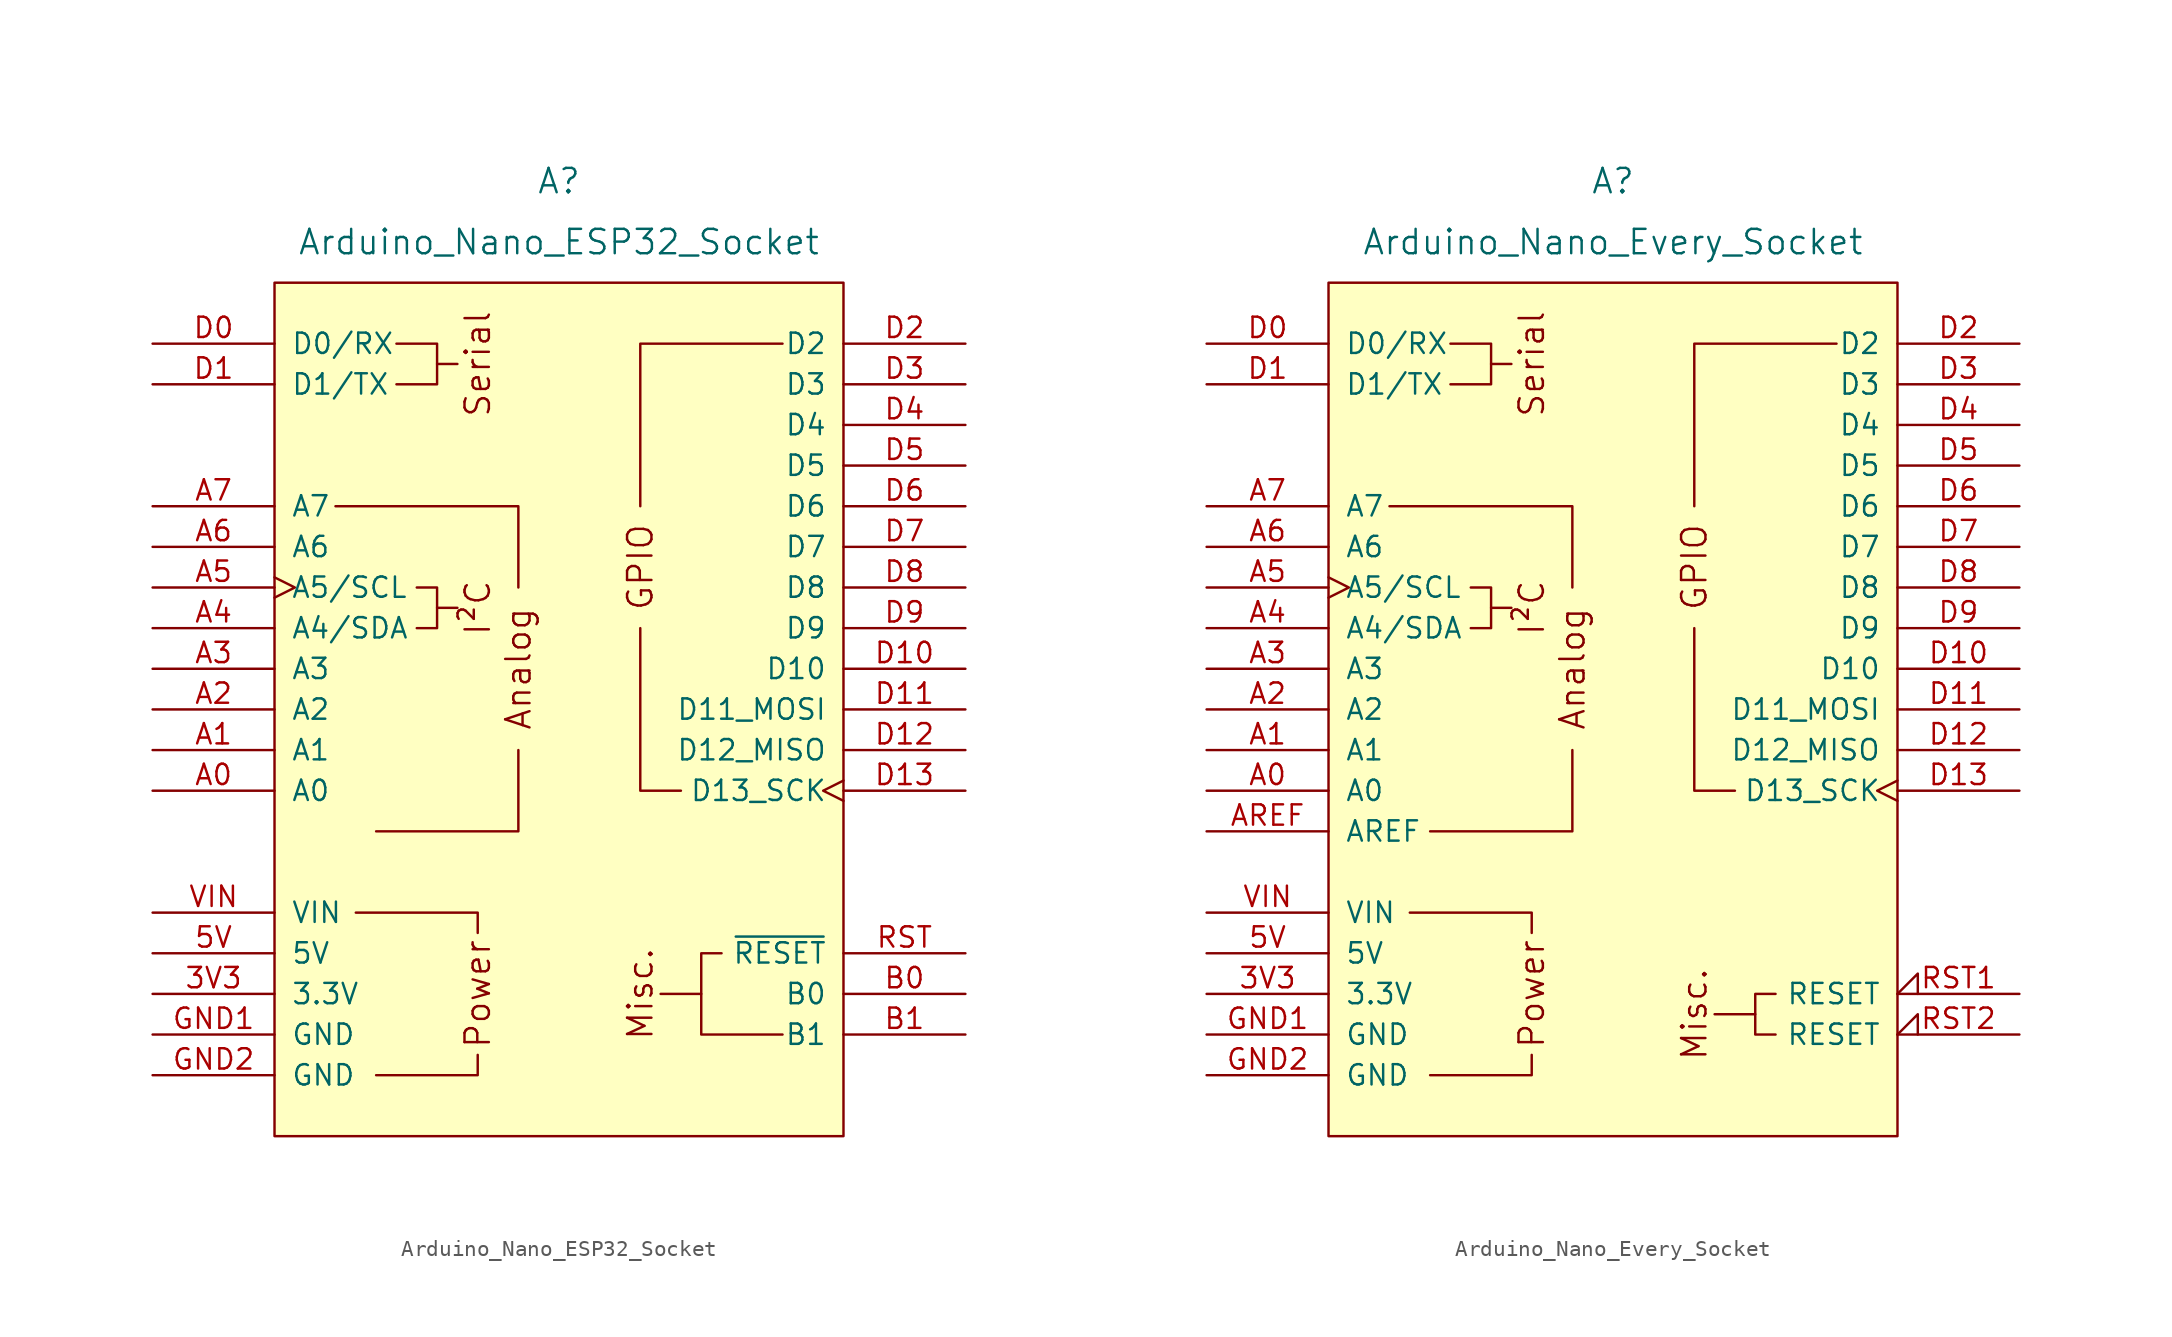
<source format=kicad_sym>
(kicad_symbol_lib
  (version 20241209)
  (generator "kicad_symbol_editor")
  (generator_version "9.0")
  (symbol "Arduino_Nano_ESP32_Socket"
    (pin_names
      (offset 1.016))
    (property "Reference" "A"
      (at 0 33.02 0)
      (effects (font (size 1.524 1.524))))
    (property "Value" "Arduino_Nano_ESP32_Socket"
      (at 0 29.21 0)
      (effects (font (size 1.524 1.524))))
    (symbol "Arduino_Nano_ESP32_Socket_0_0"
      (rectangle (start -17.78 26.67) (end 17.78 -26.67) (stroke (width 0) (type default)) (fill (type background)))
      (polyline (pts (xy -11.43 -22.86) (xy -5.08 -22.86) (xy -5.08 -21.59)) (stroke (width 0) (type default)) (fill (type none)))
      (polyline (pts (xy -10.16 22.86) (xy -7.62 22.86) (xy -7.62 20.32) (xy -10.16 20.32)) (stroke (width 0) (type default)) (fill (type none)))
      (polyline (pts (xy -8.89 7.62) (xy -7.62 7.62) (xy -7.62 5.08) (xy -8.89 5.08)) (stroke (width 0) (type default)) (fill (type none)))
      (polyline (pts (xy -7.62 21.59) (xy -6.35 21.59)) (stroke (width 0) (type default)) (fill (type none)))
      (polyline (pts (xy -7.62 6.35) (xy -6.35 6.35)) (stroke (width 0) (type default)) (fill (type none)))
      (polyline (pts (xy -5.08 -13.97) (xy -5.08 -12.7) (xy -12.7 -12.7)) (stroke (width 0) (type default)) (fill (type none)))
      (polyline (pts (xy 8.89 -17.78) (xy 6.35 -17.78)) (stroke (width 0) (type default)) (fill (type none)))
      (text "Serial" (at -5.08 21.59 900) (effects (font (size 1.524 1.524))))
      (text "I²C" (at -5.08 6.35 900) (effects (font (size 1.524 1.524))))
      (text "Power" (at -5.08 -17.78 900) (effects (font (size 1.524 1.524))))
      (text "Analog" (at -2.54 2.54 900) (effects (font (size 1.524 1.524))))
      (text "Misc." (at 5.08 -17.78 900) (effects (font (size 1.524 1.524)))))
    (symbol "Arduino_Nano_ESP32_Socket_0_1"
      (polyline (pts (xy -13.97 12.7) (xy -2.54 12.7) (xy -2.54 7.62)) (stroke (width 0) (type default)) (fill (type none)))
      (polyline (pts (xy -11.43 -7.62) (xy -2.54 -7.62) (xy -2.54 -2.54)) (stroke (width 0) (type default)) (fill (type none)))
      (polyline (pts (xy 7.62 -5.08) (xy 5.08 -5.08) (xy 5.08 5.08)) (stroke (width 0) (type default)) (fill (type none)))
      (polyline (pts (xy 10.16 -15.24) (xy 8.89 -15.24) (xy 8.89 -20.32) (xy 13.97 -20.32)) (stroke (width 0) (type default)) (fill (type none)))
      (polyline (pts (xy 13.97 22.86) (xy 5.08 22.86) (xy 5.08 12.7)) (stroke (width 0) (type default)) (fill (type none))))
    (symbol "Arduino_Nano_ESP32_Socket_1_0"
      (text "GPIO" (at 5.08 8.89 900) (effects (font (size 1.524 1.524)))))
    (symbol "Arduino_Nano_ESP32_Socket_1_1"
      (pin bidirectional line (at -25.4 22.86 0) (length 7.62) (name "D0/RX" (effects (font (size 1.27 1.27)))) (number "D0" (effects (font (size 1.27 1.27)))))
      (pin bidirectional line (at -25.4 20.32 0) (length 7.62) (name "D1/TX" (effects (font (size 1.27 1.27)))) (number "D1" (effects (font (size 1.27 1.27)))))
      (pin input line (at -25.4 12.7 0) (length 7.62) (name "A7" (effects (font (size 1.27 1.27)))) (number "A7" (effects (font (size 1.27 1.27)))))
      (pin input line (at -25.4 10.16 0) (length 7.62) (name "A6" (effects (font (size 1.27 1.27)))) (number "A6" (effects (font (size 1.27 1.27)))))
      (pin bidirectional clock (at -25.4 7.62 0) (length 7.62) (name "A5/SCL" (effects (font (size 1.27 1.27)))) (number "A5" (effects (font (size 1.27 1.27)))))
      (pin bidirectional line (at -25.4 5.08 0) (length 7.62) (name "A4/SDA" (effects (font (size 1.27 1.27)))) (number "A4" (effects (font (size 1.27 1.27)))))
      (pin bidirectional line (at -25.4 2.54 0) (length 7.62) (name "A3" (effects (font (size 1.27 1.27)))) (number "A3" (effects (font (size 1.27 1.27)))))
      (pin bidirectional line (at -25.4 0 0) (length 7.62) (name "A2" (effects (font (size 1.27 1.27)))) (number "A2" (effects (font (size 1.27 1.27)))))
      (pin bidirectional line (at -25.4 -2.54 0) (length 7.62) (name "A1" (effects (font (size 1.27 1.27)))) (number "A1" (effects (font (size 1.27 1.27)))))
      (pin bidirectional line (at -25.4 -5.08 0) (length 7.62) (name "A0" (effects (font (size 1.27 1.27)))) (number "A0" (effects (font (size 1.27 1.27)))))
      (pin power_in line (at -25.4 -12.7 0) (length 7.62) (name "VIN" (effects (font (size 1.27 1.27)))) (number "VIN" (effects (font (size 1.27 1.27)))))
      (pin power_in line (at -25.4 -15.24 0) (length 7.62) (name "5V" (effects (font (size 1.27 1.27)))) (number "5V" (effects (font (size 1.27 1.27)))))
      (pin power_out line (at -25.4 -17.78 0) (length 7.62) (name "3.3V" (effects (font (size 1.27 1.27)))) (number "3V3" (effects (font (size 1.27 1.27)))))
      (pin power_in line (at -25.4 -20.32 0) (length 7.62) (name "GND" (effects (font (size 1.27 1.27)))) (number "GND1" (effects (font (size 1.27 1.27)))))
      (pin power_in line (at -25.4 -22.86 0) (length 7.62) (name "GND" (effects (font (size 1.27 1.27)))) (number "GND2" (effects (font (size 1.27 1.27)))))
      (pin bidirectional line (at 25.4 22.86 180) (length 7.62) (name "D2" (effects (font (size 1.27 1.27)))) (number "D2" (effects (font (size 1.27 1.27)))))
      (pin bidirectional line (at 25.4 20.32 180) (length 7.62) (name "D3" (effects (font (size 1.27 1.27)))) (number "D3" (effects (font (size 1.27 1.27)))))
      (pin bidirectional line (at 25.4 17.78 180) (length 7.62) (name "D4" (effects (font (size 1.27 1.27)))) (number "D4" (effects (font (size 1.27 1.27)))))
      (pin bidirectional line (at 25.4 15.24 180) (length 7.62) (name "D5" (effects (font (size 1.27 1.27)))) (number "D5" (effects (font (size 1.27 1.27)))))
      (pin bidirectional line (at 25.4 12.7 180) (length 7.62) (name "D6" (effects (font (size 1.27 1.27)))) (number "D6" (effects (font (size 1.27 1.27)))))
      (pin bidirectional line (at 25.4 10.16 180) (length 7.62) (name "D7" (effects (font (size 1.27 1.27)))) (number "D7" (effects (font (size 1.27 1.27)))))
      (pin bidirectional line (at 25.4 7.62 180) (length 7.62) (name "D8" (effects (font (size 1.27 1.27)))) (number "D8" (effects (font (size 1.27 1.27)))))
      (pin bidirectional line (at 25.4 5.08 180) (length 7.62) (name "D9" (effects (font (size 1.27 1.27)))) (number "D9" (effects (font (size 1.27 1.27)))))
      (pin bidirectional line (at 25.4 2.54 180) (length 7.62) (name "D10" (effects (font (size 1.27 1.27)))) (number "D10" (effects (font (size 1.27 1.27)))))
      (pin bidirectional line (at 25.4 0 180) (length 7.62) (name "D11_MOSI" (effects (font (size 1.27 1.27)))) (number "D11" (effects (font (size 1.27 1.27)))))
      (pin bidirectional line (at 25.4 -2.54 180) (length 7.62) (name "D12_MISO" (effects (font (size 1.27 1.27)))) (number "D12" (effects (font (size 1.27 1.27)))))
      (pin bidirectional clock (at 25.4 -5.08 180) (length 7.62) (name "D13_SCK" (effects (font (size 1.27 1.27)))) (number "D13" (effects (font (size 1.27 1.27)))))
      (pin open_collector line (at 25.4 -15.24 180) (length 7.62) (name "~{RESET}" (effects (font (size 1.27 1.27)))) (number "RST" (effects (font (size 1.27 1.27)))))
      (pin bidirectional line (at 25.4 -17.78 180) (length 7.62) (name "B0" (effects (font (size 1.27 1.27)))) (number "B0" (effects (font (size 1.27 1.27)))))
      (pin bidirectional line (at 25.4 -20.32 180) (length 7.62) (name "B1" (effects (font (size 1.27 1.27)))) (number "B1" (effects (font (size 1.27 1.27)))))))
  (symbol "Arduino_Nano_Every_Socket"
    (pin_names
      (offset 1.016))
    (property "Reference" "A"
      (at 0 33.02 0)
      (effects (font (size 1.524 1.524))))
    (property "Value" "Arduino_Nano_Every_Socket"
      (at 0 29.21 0)
      (effects (font (size 1.524 1.524))))
    (symbol "Arduino_Nano_Every_Socket_0_0"
      (rectangle (start -17.78 26.67) (end 17.78 -26.67) (stroke (width 0) (type default)) (fill (type background)))
      (polyline (pts (xy -11.43 -22.86) (xy -5.08 -22.86) (xy -5.08 -21.59)) (stroke (width 0) (type default)) (fill (type none)))
      (polyline (pts (xy -10.16 22.86) (xy -7.62 22.86) (xy -7.62 20.32) (xy -10.16 20.32)) (stroke (width 0) (type default)) (fill (type none)))
      (polyline (pts (xy -8.89 7.62) (xy -7.62 7.62) (xy -7.62 5.08) (xy -8.89 5.08)) (stroke (width 0) (type default)) (fill (type none)))
      (polyline (pts (xy -7.62 21.59) (xy -6.35 21.59)) (stroke (width 0) (type default)) (fill (type none)))
      (polyline (pts (xy -7.62 6.35) (xy -6.35 6.35)) (stroke (width 0) (type default)) (fill (type none)))
      (polyline (pts (xy -5.08 -13.97) (xy -5.08 -12.7) (xy -12.7 -12.7)) (stroke (width 0) (type default)) (fill (type none)))
      (polyline (pts (xy 8.89 -19.05) (xy 6.35 -19.05)) (stroke (width 0) (type default)) (fill (type none)))
      (text "Serial" (at -5.08 21.59 900) (effects (font (size 1.524 1.524))))
      (text "I²C" (at -5.08 6.35 900) (effects (font (size 1.524 1.524))))
      (text "Power" (at -5.08 -17.78 900) (effects (font (size 1.524 1.524))))
      (text "Analog" (at -2.54 2.54 900) (effects (font (size 1.524 1.524))))
      (text "Misc." (at 5.08 -19.05 900) (effects (font (size 1.524 1.524)))))
    (symbol "Arduino_Nano_Every_Socket_0_1"
      (polyline (pts (xy -13.97 12.7) (xy -2.54 12.7) (xy -2.54 7.62)) (stroke (width 0) (type default)) (fill (type none)))
      (polyline (pts (xy -11.43 -7.62) (xy -2.54 -7.62) (xy -2.54 -2.54)) (stroke (width 0) (type default)) (fill (type none)))
      (polyline (pts (xy 7.62 -5.08) (xy 5.08 -5.08) (xy 5.08 5.08)) (stroke (width 0) (type default)) (fill (type none)))
      (polyline (pts (xy 10.16 -17.78) (xy 8.89 -17.78) (xy 8.89 -20.32) (xy 10.16 -20.32)) (stroke (width 0) (type default)) (fill (type none)))
      (polyline (pts (xy 13.97 22.86) (xy 5.08 22.86) (xy 5.08 12.7)) (stroke (width 0) (type default)) (fill (type none))))
    (symbol "Arduino_Nano_Every_Socket_1_0"
      (text "GPIO" (at 5.08 8.89 900) (effects (font (size 1.524 1.524)))))
    (symbol "Arduino_Nano_Every_Socket_1_1"
      (pin bidirectional line (at -25.4 22.86 0) (length 7.62) (name "D0/RX" (effects (font (size 1.27 1.27)))) (number "D0" (effects (font (size 1.27 1.27)))))
      (pin bidirectional line (at -25.4 20.32 0) (length 7.62) (name "D1/TX" (effects (font (size 1.27 1.27)))) (number "D1" (effects (font (size 1.27 1.27)))))
      (pin input line (at -25.4 12.7 0) (length 7.62) (name "A7" (effects (font (size 1.27 1.27)))) (number "A7" (effects (font (size 1.27 1.27)))))
      (pin input line (at -25.4 10.16 0) (length 7.62) (name "A6" (effects (font (size 1.27 1.27)))) (number "A6" (effects (font (size 1.27 1.27)))))
      (pin bidirectional clock (at -25.4 7.62 0) (length 7.62) (name "A5/SCL" (effects (font (size 1.27 1.27)))) (number "A5" (effects (font (size 1.27 1.27)))))
      (pin bidirectional line (at -25.4 5.08 0) (length 7.62) (name "A4/SDA" (effects (font (size 1.27 1.27)))) (number "A4" (effects (font (size 1.27 1.27)))))
      (pin bidirectional line (at -25.4 2.54 0) (length 7.62) (name "A3" (effects (font (size 1.27 1.27)))) (number "A3" (effects (font (size 1.27 1.27)))))
      (pin bidirectional line (at -25.4 0 0) (length 7.62) (name "A2" (effects (font (size 1.27 1.27)))) (number "A2" (effects (font (size 1.27 1.27)))))
      (pin bidirectional line (at -25.4 -2.54 0) (length 7.62) (name "A1" (effects (font (size 1.27 1.27)))) (number "A1" (effects (font (size 1.27 1.27)))))
      (pin bidirectional line (at -25.4 -5.08 0) (length 7.62) (name "A0" (effects (font (size 1.27 1.27)))) (number "A0" (effects (font (size 1.27 1.27)))))
      (pin input line (at -25.4 -7.62 0) (length 7.62) (name "AREF" (effects (font (size 1.27 1.27)))) (number "AREF" (effects (font (size 1.27 1.27)))))
      (pin power_in line (at -25.4 -12.7 0) (length 7.62) (name "VIN" (effects (font (size 1.27 1.27)))) (number "VIN" (effects (font (size 1.27 1.27)))))
      (pin power_in line (at -25.4 -15.24 0) (length 7.62) (name "5V" (effects (font (size 1.27 1.27)))) (number "5V" (effects (font (size 1.27 1.27)))))
      (pin power_out line (at -25.4 -17.78 0) (length 7.62) (name "3.3V" (effects (font (size 1.27 1.27)))) (number "3V3" (effects (font (size 1.27 1.27)))))
      (pin power_in line (at -25.4 -20.32 0) (length 7.62) (name "GND" (effects (font (size 1.27 1.27)))) (number "GND1" (effects (font (size 1.27 1.27)))))
      (pin power_in line (at -25.4 -22.86 0) (length 7.62) (name "GND" (effects (font (size 1.27 1.27)))) (number "GND2" (effects (font (size 1.27 1.27)))))
      (pin bidirectional line (at 25.4 22.86 180) (length 7.62) (name "D2" (effects (font (size 1.27 1.27)))) (number "D2" (effects (font (size 1.27 1.27)))))
      (pin bidirectional line (at 25.4 20.32 180) (length 7.62) (name "D3" (effects (font (size 1.27 1.27)))) (number "D3" (effects (font (size 1.27 1.27)))))
      (pin bidirectional line (at 25.4 17.78 180) (length 7.62) (name "D4" (effects (font (size 1.27 1.27)))) (number "D4" (effects (font (size 1.27 1.27)))))
      (pin bidirectional line (at 25.4 15.24 180) (length 7.62) (name "D5" (effects (font (size 1.27 1.27)))) (number "D5" (effects (font (size 1.27 1.27)))))
      (pin bidirectional line (at 25.4 12.7 180) (length 7.62) (name "D6" (effects (font (size 1.27 1.27)))) (number "D6" (effects (font (size 1.27 1.27)))))
      (pin bidirectional line (at 25.4 10.16 180) (length 7.62) (name "D7" (effects (font (size 1.27 1.27)))) (number "D7" (effects (font (size 1.27 1.27)))))
      (pin bidirectional line (at 25.4 7.62 180) (length 7.62) (name "D8" (effects (font (size 1.27 1.27)))) (number "D8" (effects (font (size 1.27 1.27)))))
      (pin bidirectional line (at 25.4 5.08 180) (length 7.62) (name "D9" (effects (font (size 1.27 1.27)))) (number "D9" (effects (font (size 1.27 1.27)))))
      (pin bidirectional line (at 25.4 2.54 180) (length 7.62) (name "D10" (effects (font (size 1.27 1.27)))) (number "D10" (effects (font (size 1.27 1.27)))))
      (pin bidirectional line (at 25.4 0 180) (length 7.62) (name "D11_MOSI" (effects (font (size 1.27 1.27)))) (number "D11" (effects (font (size 1.27 1.27)))))
      (pin bidirectional line (at 25.4 -2.54 180) (length 7.62) (name "D12_MISO" (effects (font (size 1.27 1.27)))) (number "D12" (effects (font (size 1.27 1.27)))))
      (pin bidirectional clock (at 25.4 -5.08 180) (length 7.62) (name "D13_SCK" (effects (font (size 1.27 1.27)))) (number "D13" (effects (font (size 1.27 1.27)))))
      (pin open_collector input_low (at 25.4 -17.78 180) (length 7.62) (name "RESET" (effects (font (size 1.27 1.27)))) (number "RST1" (effects (font (size 1.27 1.27)))))
      (pin open_collector input_low (at 25.4 -20.32 180) (length 7.62) (name "RESET" (effects (font (size 1.27 1.27)))) (number "RST2" (effects (font (size 1.27 1.27))))))))
</source>
